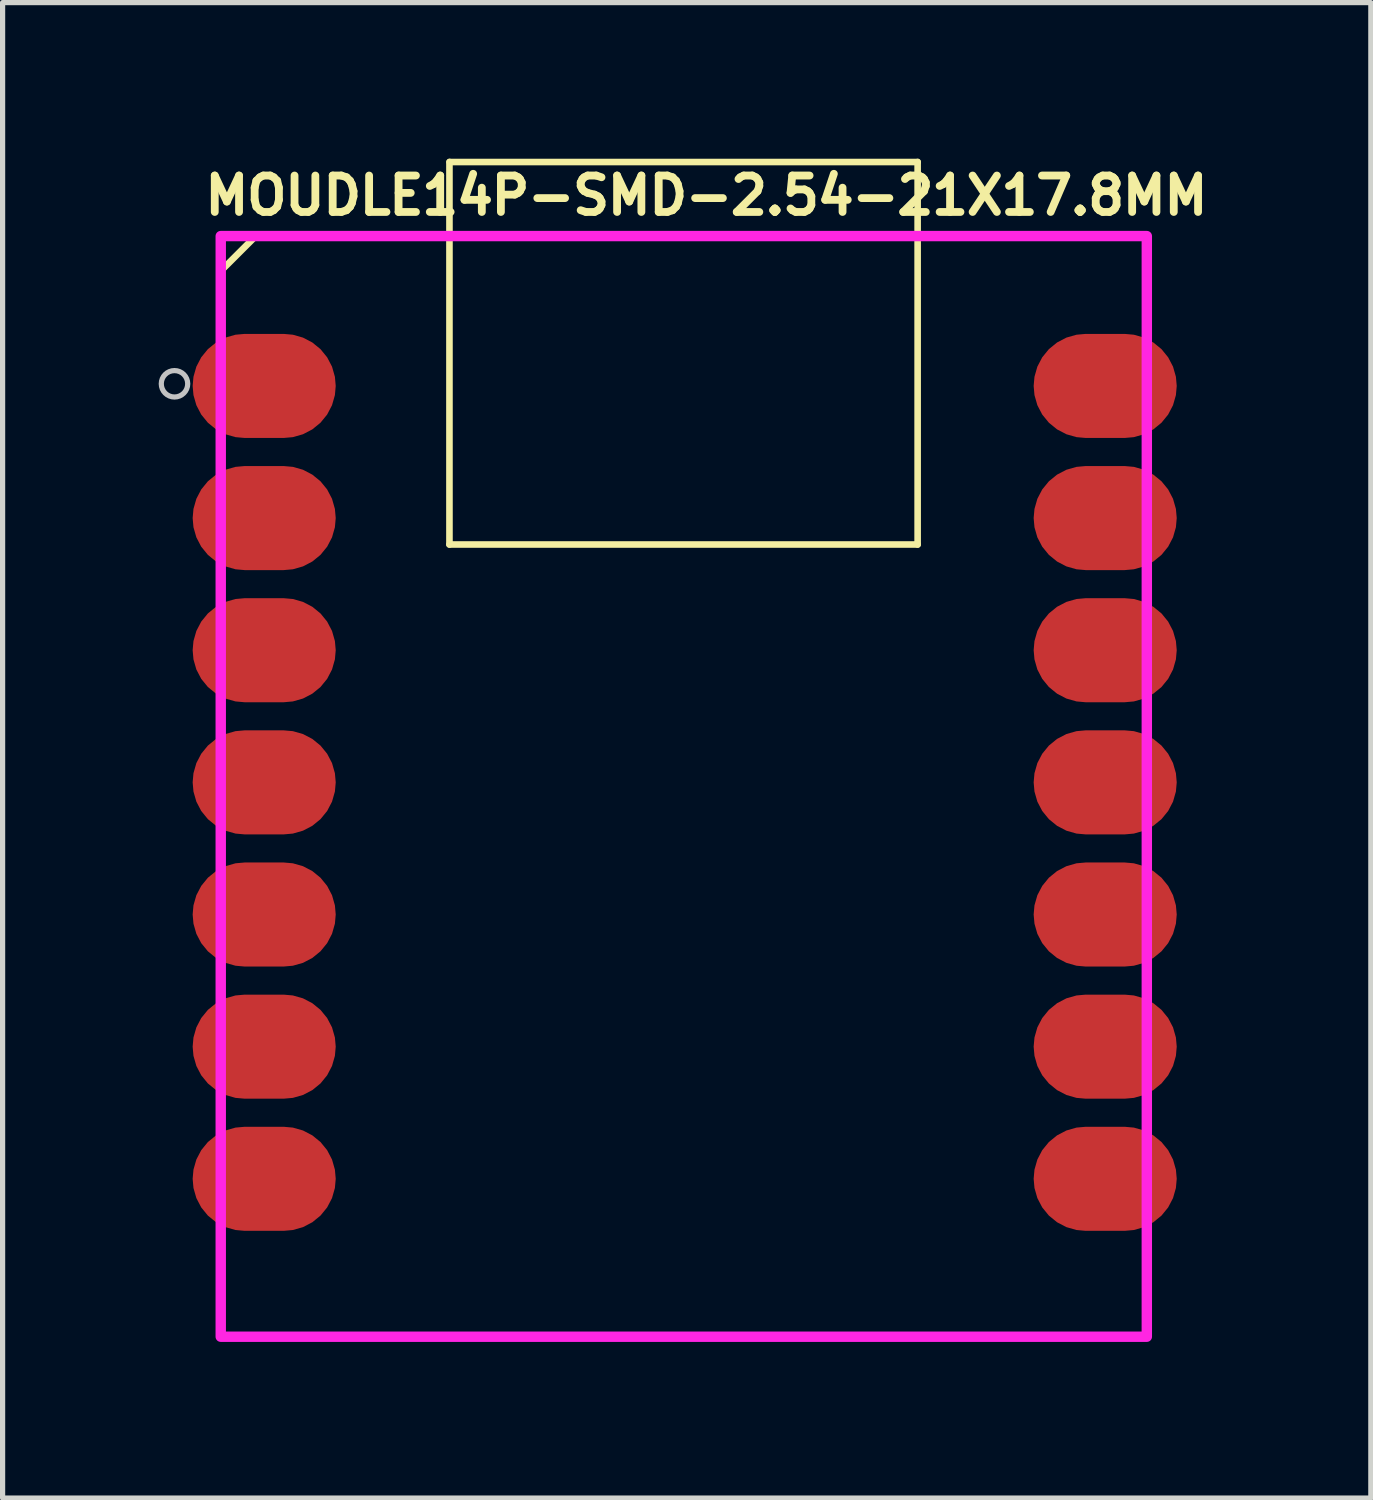
<source format=kicad_pcb>
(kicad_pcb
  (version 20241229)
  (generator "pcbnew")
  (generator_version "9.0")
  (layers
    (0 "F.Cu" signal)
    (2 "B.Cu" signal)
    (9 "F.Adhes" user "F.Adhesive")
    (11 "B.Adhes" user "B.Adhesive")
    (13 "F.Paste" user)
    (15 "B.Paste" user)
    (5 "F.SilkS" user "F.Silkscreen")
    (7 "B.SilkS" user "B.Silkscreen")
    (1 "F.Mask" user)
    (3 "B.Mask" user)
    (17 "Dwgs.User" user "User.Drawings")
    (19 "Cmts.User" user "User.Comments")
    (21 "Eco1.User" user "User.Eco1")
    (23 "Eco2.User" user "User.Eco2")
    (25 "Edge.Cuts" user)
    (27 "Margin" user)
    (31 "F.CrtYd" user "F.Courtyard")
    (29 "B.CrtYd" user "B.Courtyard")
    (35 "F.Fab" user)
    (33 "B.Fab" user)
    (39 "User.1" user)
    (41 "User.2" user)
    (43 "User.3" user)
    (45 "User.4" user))
  (footprint "MOUDLE14P-SMD-2.54-21X17.8MM"
    (layer "F.Cu")
    (at 1.193 22.488)
    (property "Reference" "MOUDLE14P-SMD-2.54-21X17.8MM" (at 9.335 -21.78 0) (layer "F.SilkS") (effects (font (size 0.7 0.7) (thickness 0.15))))
    (attr through_hole)
    (fp_line (start 0 -20.328) (end 0 0.15) (stroke (width 0.127) (type solid)) (layer "F.SilkS"))
    (fp_line (start 0 0.15) (end 17.8 0.15) (stroke (width 0.127) (type solid)) (layer "F.SilkS"))
    (fp_line (start 0.672 -21) (end 0 -20.328) (stroke (width 0.127) (type solid)) (layer "F.SilkS"))
    (fp_line (start 4.396 -15.072) (end 4.396 -22.425) (stroke (width 0.127) (type solid)) (layer "F.SilkS"))
    (fp_line (start 4.4 -22.424) (end 13.395 -22.424) (stroke (width 0.127) (type solid)) (layer "F.SilkS"))
    (fp_line (start 13.395 -22.424) (end 13.395 -15.072) (stroke (width 0.127) (type solid)) (layer "F.SilkS"))
    (fp_line (start 13.395 -15.072) (end 4.396 -15.072) (stroke (width 0.127) (type solid)) (layer "F.SilkS"))
    (fp_line (start 17.8 -21) (end 0.672 -21) (stroke (width 0.127) (type solid)) (layer "F.SilkS"))
    (fp_line (start 17.8 0.15) (end 17.8 -21) (stroke (width 0.127) (type solid)) (layer "F.SilkS"))
    (fp_circle (center -0.889 -18.161) (end -0.635 -18.161) (stroke (width 0.1) (type solid)) (fill no) (layer "Dwgs.User"))
    (fp_poly (pts (xy 0 -21) (xy 17.8 -21) (xy 17.8 0.155) (xy 0 0.155)) (stroke (width 0.2) (type solid)) (fill no) (layer "F.CrtYd"))
    (pad "1" smd roundrect (at 0.835 -18.12) (size 2.75 2) (layers "F.Cu" "F.Mask" "F.Paste") (roundrect_rratio 0.5))
    (pad "2" smd roundrect (at 0.835 -15.58) (size 2.75 2) (layers "F.Cu" "F.Mask" "F.Paste") (roundrect_rratio 0.5))
    (pad "3" smd roundrect (at 0.835 -13.04) (size 2.75 2) (layers "F.Cu" "F.Mask" "F.Paste") (roundrect_rratio 0.5))
    (pad "4" smd roundrect (at 0.835 -10.5) (size 2.75 2) (layers "F.Cu" "F.Mask" "F.Paste") (roundrect_rratio 0.5))
    (pad "5" smd roundrect (at 0.835 -7.96) (size 2.75 2) (layers "F.Cu" "F.Mask" "F.Paste") (roundrect_rratio 0.5))
    (pad "6" smd roundrect (at 0.835 -5.42) (size 2.75 2) (layers "F.Cu" "F.Mask" "F.Paste") (roundrect_rratio 0.5))
    (pad "7" smd roundrect (at 0.835 -2.88) (size 2.75 2) (layers "F.Cu" "F.Mask" "F.Paste") (roundrect_rratio 0.5))
    (pad "8" smd roundrect (at 17 -2.88) (size 2.75 2) (layers "F.Cu" "F.Mask" "F.Paste") (roundrect_rratio 0.5))
    (pad "9" smd roundrect (at 17 -5.42) (size 2.75 2) (layers "F.Cu" "F.Mask" "F.Paste") (roundrect_rratio 0.5))
    (pad "10" smd roundrect (at 17 -7.96) (size 2.75 2) (layers "F.Cu" "F.Mask" "F.Paste") (roundrect_rratio 0.5))
    (pad "11" smd roundrect (at 17 -10.5) (size 2.75 2) (layers "F.Cu" "F.Mask" "F.Paste") (roundrect_rratio 0.5))
    (pad "12" smd roundrect (at 17 -13.04) (size 2.75 2) (layers "F.Cu" "F.Mask" "F.Paste") (roundrect_rratio 0.5))
    (pad "13" smd roundrect (at 17 -15.58) (size 2.75 2) (layers "F.Cu" "F.Mask" "F.Paste") (roundrect_rratio 0.5))
    (pad "14" smd roundrect (at 17 -18.12) (size 2.75 2) (layers "F.Cu" "F.Mask" "F.Paste") (roundrect_rratio 0.5))
    (zone (net_name "") (layer "F.Cu") (hatch full 0.508) (connect_pads) (min_thickness 0.01) (filled_areas_thickness no) (keepout (tracks not_allowed) (vias not_allowed) (pads not_allowed) (copperpour not_allowed) (footprints allowed)) (placement (enabled no)) (fill) (polygon (pts (xy 4.178 8.952) (xy 7.098 8.952) (xy 7.098 12.857) (xy 4.178 12.857))))
    (zone (net_name "") (layer "F.Cu") (hatch full 0.508) (connect_pads) (min_thickness 0.01) (filled_areas_thickness no) (keepout (tracks not_allowed) (vias not_allowed) (pads not_allowed) (copperpour not_allowed) (footprints allowed)) (placement (enabled no)) (fill) (polygon (pts (xy 4.876 1.407) (xy 6.654 1.407) (xy 6.654 4.074) (xy 4.876 4.074))))
    (zone (net_name "") (layer "F.Cu") (hatch full 0.508) (connect_pads) (min_thickness 0.01) (filled_areas_thickness no) (keepout (tracks not_allowed) (vias not_allowed) (pads not_allowed) (copperpour not_allowed) (footprints allowed)) (placement (enabled no)) (fill) (polygon (pts (xy 4.876 5.471) (xy 6.654 5.471) (xy 6.654 8.137) (xy 4.876 8.137))))
    (zone (net_name "") (layer "F.Cu") (hatch full 0.508) (connect_pads) (min_thickness 0.01) (filled_areas_thickness no) (keepout (tracks not_allowed) (vias not_allowed) (pads not_allowed) (copperpour not_allowed) (footprints allowed)) (placement (enabled no)) (fill) (polygon (pts (xy 7.543 2.168) (xy 12.75 2.168) (xy 12.75 12.326) (xy 7.543 12.326))))
    (zone (net_name "") (layer "F.Cu") (hatch full 0.508) (connect_pads) (min_thickness 0.01) (filled_areas_thickness no) (keepout (tracks not_allowed) (vias not_allowed) (pads not_allowed) (copperpour not_allowed) (footprints allowed)) (placement (enabled no)) (fill) (polygon (pts (xy 9.185 12.329) (xy 13.249 12.329) (xy 13.249 15.938) (xy 9.185 15.938))))
    (zone (net_name "") (layer "F.Cu") (hatch full 0.508) (connect_pads) (min_thickness 0.01) (filled_areas_thickness no) (keepout (tracks not_allowed) (vias not_allowed) (pads not_allowed) (copperpour not_allowed) (footprints allowed)) (placement (enabled no)) (fill) (polygon (pts (xy 13.512 1.407) (xy 15.29 1.407) (xy 15.29 4.074) (xy 13.512 4.074))))
    (zone (net_name "") (layer "F.Cu") (hatch full 0.508) (connect_pads) (min_thickness 0.01) (filled_areas_thickness no) (keepout (tracks not_allowed) (vias not_allowed) (pads not_allowed) (copperpour not_allowed) (footprints allowed)) (placement (enabled no)) (fill) (polygon (pts (xy 13.512 5.471) (xy 15.29 5.471) (xy 15.29 8.137) (xy 13.512 8.137)))))
  (gr_rect
    (start -3 -3)
    (end 23.299 25.744)
    (stroke (width 0.1) (type default))
    (fill no)
    (layer "Edge.Cuts")))
</source>
